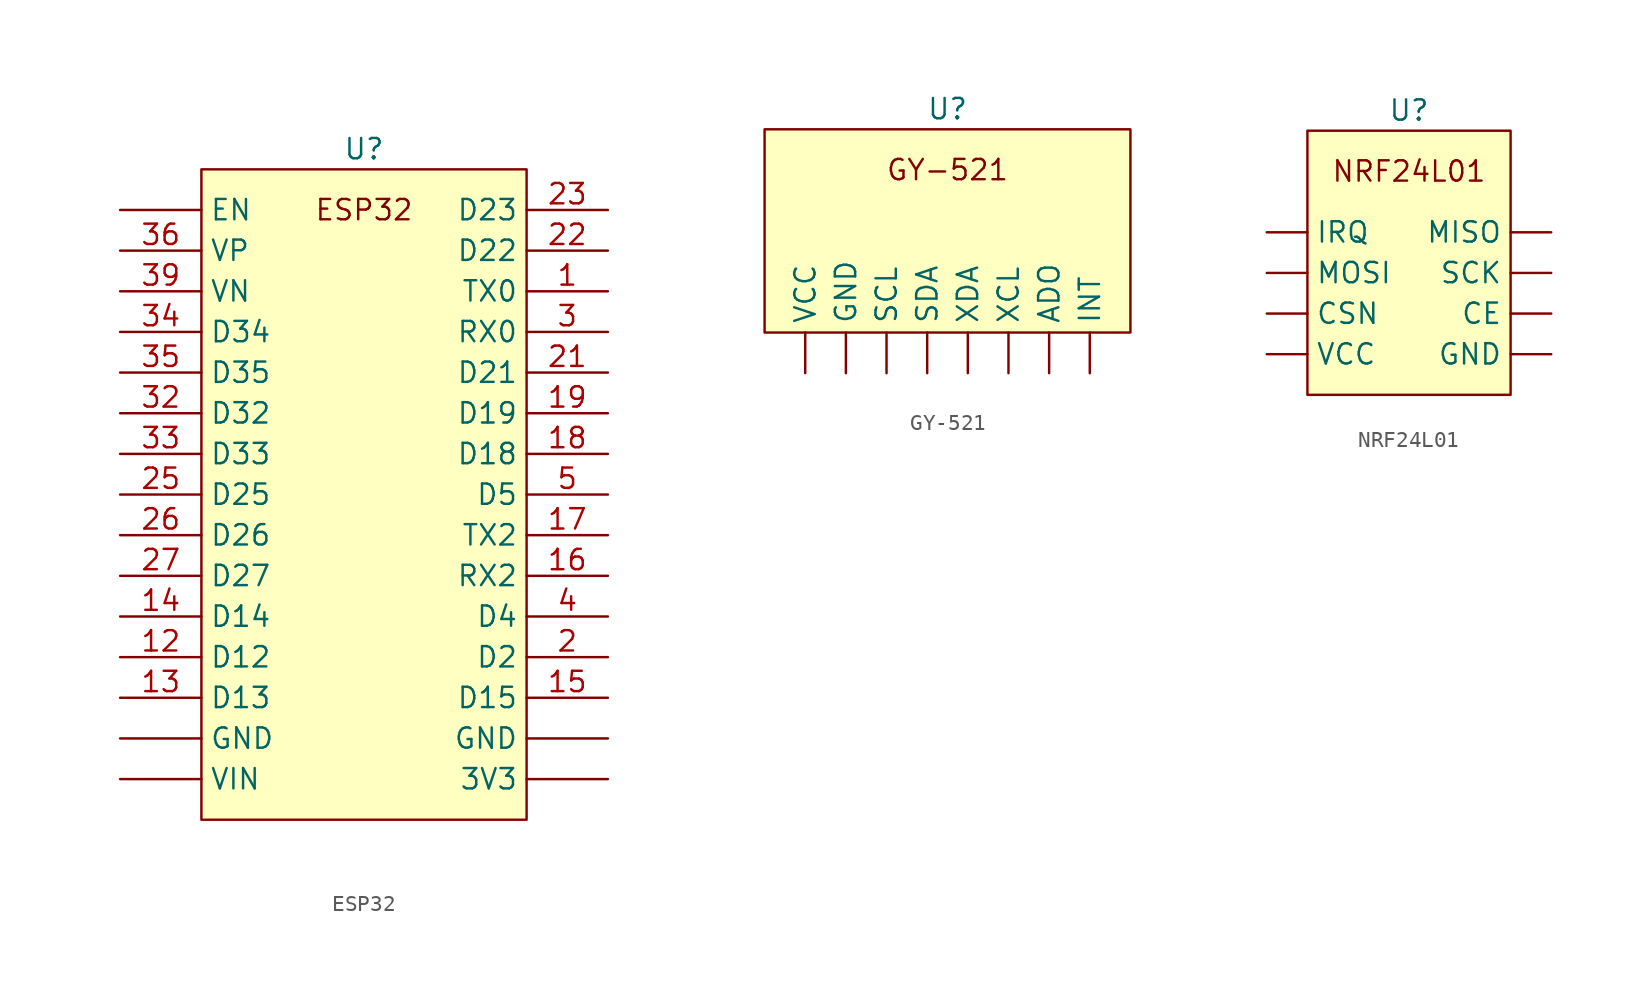
<source format=kicad_sym>
(kicad_symbol_lib
  (version 20220914)
  (generator kicad_symbol_editor)
  (symbol "ESP32"
    (property "Reference" "U"
      (at 0 1.27 0)
      (effects (font (size 1.27 1.27))))
    (property "Value" ""
      (at 0 0 0)
      (effects (font (size 1.27 1.27))))
    (symbol "ESP32_1_1"
      (rectangle (start -10.16 0) (end 10.16 -40.64) (stroke (width 0) (type default)) (fill (type background)))
      (text "ESP32" (at 0 -2.54 0) (effects (font (size 1.27 1.27))))
      (pin bidirectional line (at 15.24 -38.1 180) (length 5.08) (name "3V3" (effects (font (size 1.27 1.27)))) (number "" (effects (font (size 1.27 1.27)))))
      (pin bidirectional line (at -15.24 -2.54 0) (length 5.08) (name "EN" (effects (font (size 1.27 1.27)))) (number "" (effects (font (size 1.27 1.27)))))
      (pin bidirectional line (at -15.24 -35.56 0) (length 5.08) (name "GND" (effects (font (size 1.27 1.27)))) (number "" (effects (font (size 1.27 1.27)))))
      (pin bidirectional line (at 15.24 -35.56 180) (length 5.08) (name "GND" (effects (font (size 1.27 1.27)))) (number "" (effects (font (size 1.27 1.27)))))
      (pin bidirectional line (at -15.24 -38.1 0) (length 5.08) (name "VIN" (effects (font (size 1.27 1.27)))) (number "" (effects (font (size 1.27 1.27)))))
      (pin bidirectional line (at 15.24 -7.62 180) (length 5.08) (name "TX0" (effects (font (size 1.27 1.27)))) (number "1" (effects (font (size 1.27 1.27)))))
      (pin bidirectional line (at -15.24 -30.48 0) (length 5.08) (name "D12" (effects (font (size 1.27 1.27)))) (number "12" (effects (font (size 1.27 1.27)))))
      (pin bidirectional line (at -15.24 -33.02 0) (length 5.08) (name "D13" (effects (font (size 1.27 1.27)))) (number "13" (effects (font (size 1.27 1.27)))))
      (pin bidirectional line (at -15.24 -27.94 0) (length 5.08) (name "D14" (effects (font (size 1.27 1.27)))) (number "14" (effects (font (size 1.27 1.27)))))
      (pin bidirectional line (at 15.24 -33.02 180) (length 5.08) (name "D15" (effects (font (size 1.27 1.27)))) (number "15" (effects (font (size 1.27 1.27)))))
      (pin bidirectional line (at 15.24 -25.4 180) (length 5.08) (name "RX2" (effects (font (size 1.27 1.27)))) (number "16" (effects (font (size 1.27 1.27)))))
      (pin bidirectional line (at 15.24 -22.86 180) (length 5.08) (name "TX2" (effects (font (size 1.27 1.27)))) (number "17" (effects (font (size 1.27 1.27)))))
      (pin bidirectional line (at 15.24 -17.78 180) (length 5.08) (name "D18" (effects (font (size 1.27 1.27)))) (number "18" (effects (font (size 1.27 1.27)))))
      (pin bidirectional line (at 15.24 -15.24 180) (length 5.08) (name "D19" (effects (font (size 1.27 1.27)))) (number "19" (effects (font (size 1.27 1.27)))))
      (pin bidirectional line (at 15.24 -30.48 180) (length 5.08) (name "D2" (effects (font (size 1.27 1.27)))) (number "2" (effects (font (size 1.27 1.27)))))
      (pin bidirectional line (at 15.24 -12.7 180) (length 5.08) (name "D21" (effects (font (size 1.27 1.27)))) (number "21" (effects (font (size 1.27 1.27)))))
      (pin bidirectional line (at 15.24 -5.08 180) (length 5.08) (name "D22" (effects (font (size 1.27 1.27)))) (number "22" (effects (font (size 1.27 1.27)))))
      (pin bidirectional line (at 15.24 -2.54 180) (length 5.08) (name "D23" (effects (font (size 1.27 1.27)))) (number "23" (effects (font (size 1.27 1.27)))))
      (pin bidirectional line (at -15.24 -20.32 0) (length 5.08) (name "D25" (effects (font (size 1.27 1.27)))) (number "25" (effects (font (size 1.27 1.27)))))
      (pin bidirectional line (at -15.24 -22.86 0) (length 5.08) (name "D26" (effects (font (size 1.27 1.27)))) (number "26" (effects (font (size 1.27 1.27)))))
      (pin bidirectional line (at -15.24 -25.4 0) (length 5.08) (name "D27" (effects (font (size 1.27 1.27)))) (number "27" (effects (font (size 1.27 1.27)))))
      (pin bidirectional line (at 15.24 -10.16 180) (length 5.08) (name "RX0" (effects (font (size 1.27 1.27)))) (number "3" (effects (font (size 1.27 1.27)))))
      (pin bidirectional line (at -15.24 -15.24 0) (length 5.08) (name "D32" (effects (font (size 1.27 1.27)))) (number "32" (effects (font (size 1.27 1.27)))))
      (pin bidirectional line (at -15.24 -17.78 0) (length 5.08) (name "D33" (effects (font (size 1.27 1.27)))) (number "33" (effects (font (size 1.27 1.27)))))
      (pin bidirectional line (at -15.24 -10.16 0) (length 5.08) (name "D34" (effects (font (size 1.27 1.27)))) (number "34" (effects (font (size 1.27 1.27)))))
      (pin bidirectional line (at -15.24 -12.7 0) (length 5.08) (name "D35" (effects (font (size 1.27 1.27)))) (number "35" (effects (font (size 1.27 1.27)))))
      (pin bidirectional line (at -15.24 -5.08 0) (length 5.08) (name "VP" (effects (font (size 1.27 1.27)))) (number "36" (effects (font (size 1.27 1.27)))))
      (pin bidirectional line (at -15.24 -7.62 0) (length 5.08) (name "VN" (effects (font (size 1.27 1.27)))) (number "39" (effects (font (size 1.27 1.27)))))
      (pin bidirectional line (at 15.24 -27.94 180) (length 5.08) (name "D4" (effects (font (size 1.27 1.27)))) (number "4" (effects (font (size 1.27 1.27)))))
      (pin bidirectional line (at 15.24 -20.32 180) (length 5.08) (name "D5" (effects (font (size 1.27 1.27)))) (number "5" (effects (font (size 1.27 1.27)))))))
  (symbol "GY-521"
    (property "Reference" "U"
      (at 0 1.27 0)
      (effects (font (size 1.27 1.27))))
    (property "Value" ""
      (at 0 0 0)
      (effects (font (size 1.27 1.27))))
    (symbol "GY-521_1_1"
      (rectangle (start -11.43 0) (end 11.43 -12.7) (stroke (width 0) (type default)) (fill (type background)))
      (text "GY-521" (at 0 -2.54 0) (effects (font (size 1.27 1.27))))
      (pin bidirectional line (at 6.35 -15.24 90) (length 2.54) (name "ADO" (effects (font (size 1.27 1.27)))) (number "" (effects (font (size 1.27 1.27)))))
      (pin bidirectional line (at -6.35 -15.24 90) (length 2.54) (name "GND" (effects (font (size 1.27 1.27)))) (number "" (effects (font (size 1.27 1.27)))))
      (pin bidirectional line (at 8.89 -15.24 90) (length 2.54) (name "INT" (effects (font (size 1.27 1.27)))) (number "" (effects (font (size 1.27 1.27)))))
      (pin bidirectional line (at -3.81 -15.24 90) (length 2.54) (name "SCL" (effects (font (size 1.27 1.27)))) (number "" (effects (font (size 1.27 1.27)))))
      (pin bidirectional line (at -1.27 -15.24 90) (length 2.54) (name "SDA" (effects (font (size 1.27 1.27)))) (number "" (effects (font (size 1.27 1.27)))))
      (pin bidirectional line (at -8.89 -15.24 90) (length 2.54) (name "VCC" (effects (font (size 1.27 1.27)))) (number "" (effects (font (size 1.27 1.27)))))
      (pin bidirectional line (at 3.81 -15.24 90) (length 2.54) (name "XCL" (effects (font (size 1.27 1.27)))) (number "" (effects (font (size 1.27 1.27)))))
      (pin bidirectional line (at 1.27 -15.24 90) (length 2.54) (name "XDA" (effects (font (size 1.27 1.27)))) (number "" (effects (font (size 1.27 1.27)))))))
  (symbol "NRF24L01"
    (property "Reference" "U"
      (at 0 1.27 0)
      (effects (font (size 1.27 1.27))))
    (property "Value" ""
      (at 0 0 0)
      (effects (font (size 1.27 1.27))))
    (symbol "NRF24L01_1_1"
      (rectangle (start -6.35 0) (end 6.35 -16.51) (stroke (width 0) (type default)) (fill (type background)))
      (text "NRF24L01" (at 0 -2.54 0) (effects (font (size 1.27 1.27))))
      (pin bidirectional line (at 8.89 -11.43 180) (length 2.54) (name "CE" (effects (font (size 1.27 1.27)))) (number "" (effects (font (size 1.27 1.27)))))
      (pin bidirectional line (at -8.89 -11.43 0) (length 2.54) (name "CSN" (effects (font (size 1.27 1.27)))) (number "" (effects (font (size 1.27 1.27)))))
      (pin bidirectional line (at 8.89 -13.97 180) (length 2.54) (name "GND" (effects (font (size 1.27 1.27)))) (number "" (effects (font (size 1.27 1.27)))))
      (pin bidirectional line (at -8.89 -6.35 0) (length 2.54) (name "IRQ" (effects (font (size 1.27 1.27)))) (number "" (effects (font (size 1.27 1.27)))))
      (pin bidirectional line (at 8.89 -6.35 180) (length 2.54) (name "MISO" (effects (font (size 1.27 1.27)))) (number "" (effects (font (size 1.27 1.27)))))
      (pin bidirectional line (at -8.89 -8.89 0) (length 2.54) (name "MOSI" (effects (font (size 1.27 1.27)))) (number "" (effects (font (size 1.27 1.27)))))
      (pin bidirectional line (at 8.89 -8.89 180) (length 2.54) (name "SCK" (effects (font (size 1.27 1.27)))) (number "" (effects (font (size 1.27 1.27)))))
      (pin bidirectional line (at -8.89 -13.97 0) (length 2.54) (name "VCC" (effects (font (size 1.27 1.27)))) (number "" (effects (font (size 1.27 1.27))))))))
</source>
